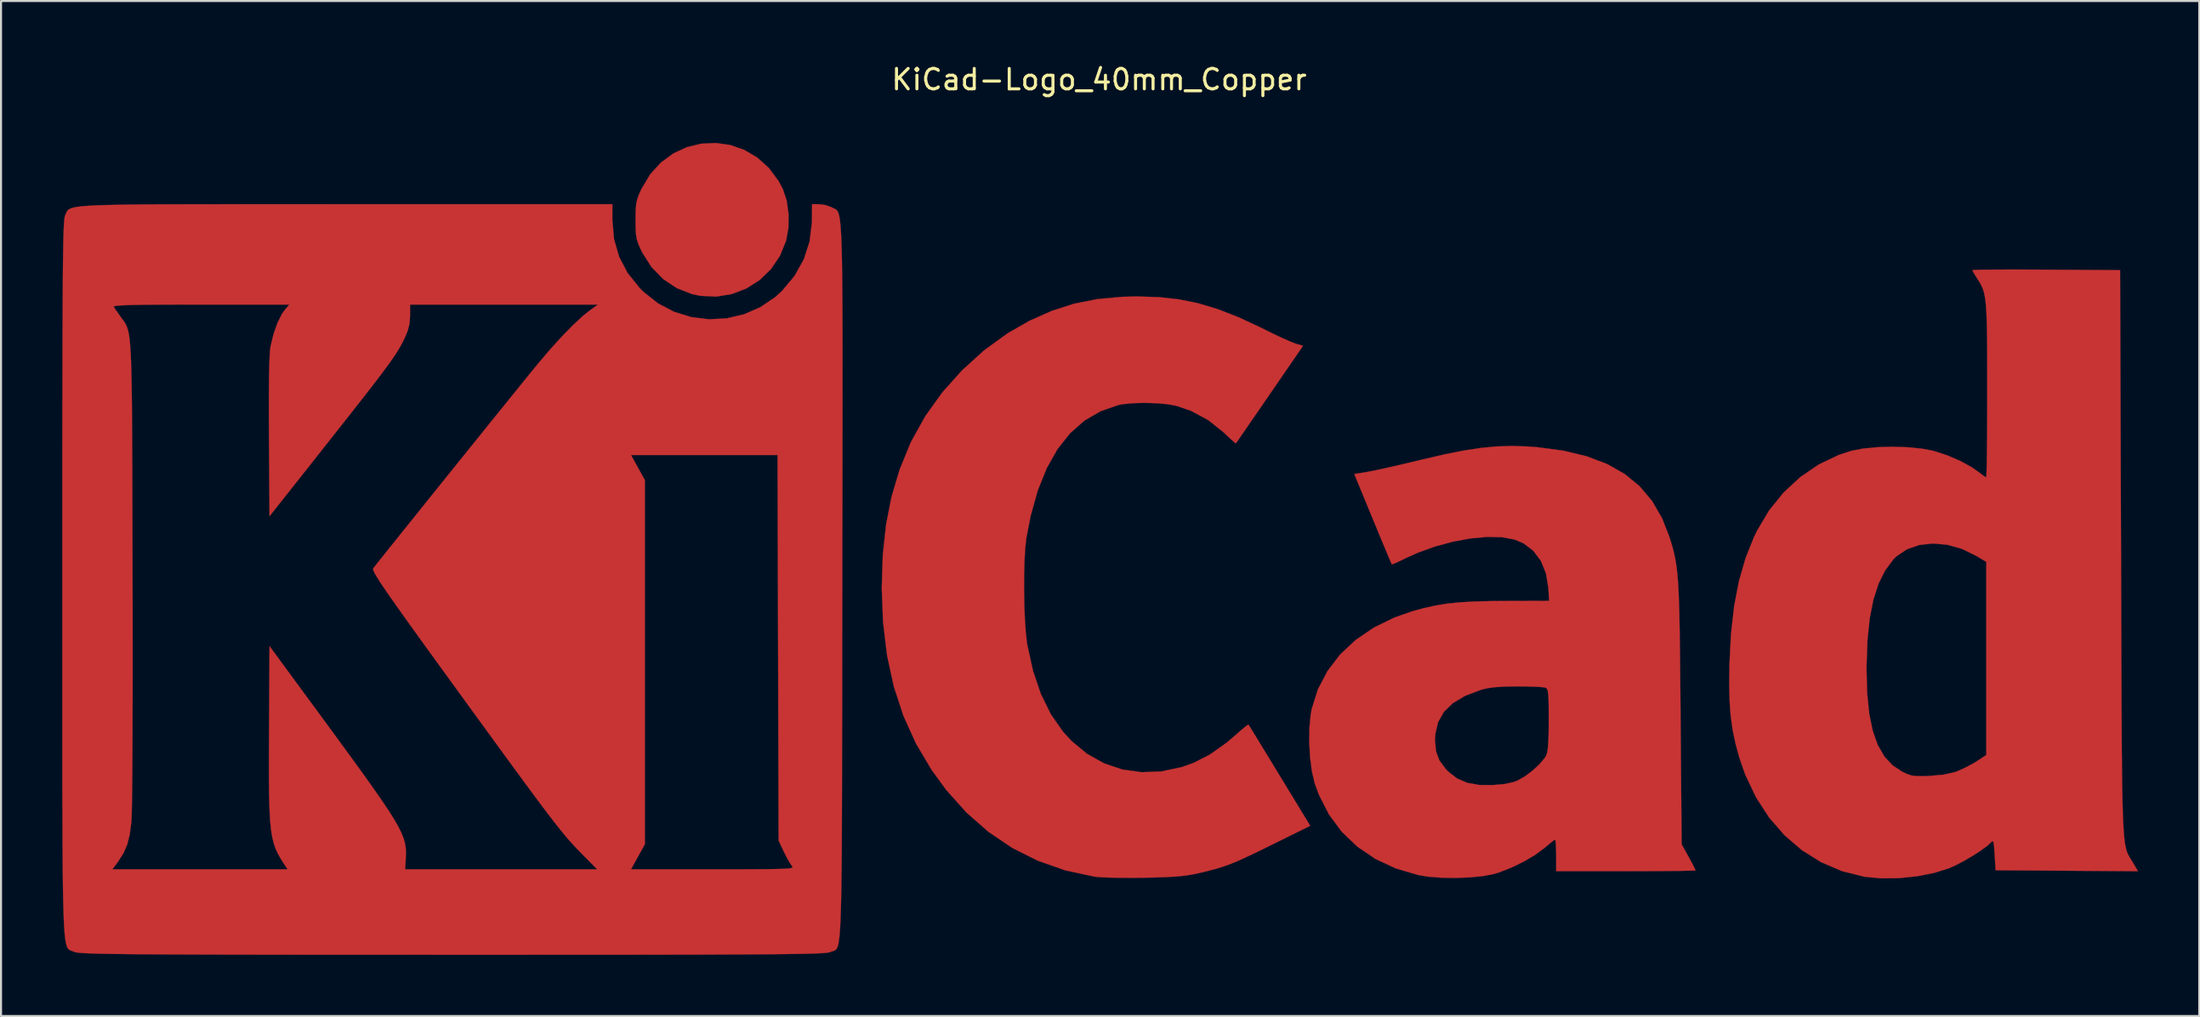
<source format=kicad_pcb>
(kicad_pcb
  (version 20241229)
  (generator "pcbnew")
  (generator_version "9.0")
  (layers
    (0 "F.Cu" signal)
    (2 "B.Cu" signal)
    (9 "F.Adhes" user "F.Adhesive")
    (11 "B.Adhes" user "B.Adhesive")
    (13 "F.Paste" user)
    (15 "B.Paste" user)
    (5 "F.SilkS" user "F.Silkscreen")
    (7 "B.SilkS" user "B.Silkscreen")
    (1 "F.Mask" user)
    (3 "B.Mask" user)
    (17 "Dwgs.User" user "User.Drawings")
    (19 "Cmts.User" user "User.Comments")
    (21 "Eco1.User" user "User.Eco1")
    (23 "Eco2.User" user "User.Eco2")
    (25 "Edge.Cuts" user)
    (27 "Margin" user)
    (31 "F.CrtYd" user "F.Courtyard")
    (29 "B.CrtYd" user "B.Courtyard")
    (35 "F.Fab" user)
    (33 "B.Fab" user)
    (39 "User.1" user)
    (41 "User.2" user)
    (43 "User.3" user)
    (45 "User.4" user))
  (footprint "KiCad-Logo_40mm_Copper"
    (layer "F.Cu")
    (at 50.806 23.708)
    (property "Reference" "KiCad-Logo_40mm_Copper" (at 0 -22.86 0) (layer "F.SilkS") (effects (font (size 1 1) (thickness 0.15))))
    (attr exclude_from_pos_files exclude_from_bom allow_missing_courtyard)
    (fp_poly (pts (xy -18.076 -19.651) (xy -17.392 -19.413) (xy -16.756 -19.04) (xy -16.187 -18.531) (xy -15.708 -17.886) (xy -15.493 -17.48) (xy -15.306 -16.911) (xy -15.216 -16.254) (xy -15.226 -15.579) (xy -15.337 -14.968) (xy -15.641 -14.22) (xy -16.081 -13.572) (xy -16.635 -13.035) (xy -17.282 -12.624) (xy -17.998 -12.349) (xy -18.761 -12.225) (xy -19.549 -12.263) (xy -19.938 -12.345) (xy -20.695 -12.64) (xy -21.367 -13.089) (xy -21.938 -13.679) (xy -22.393 -14.397) (xy -22.431 -14.475) (xy -22.564 -14.769) (xy -22.647 -15.017) (xy -22.693 -15.278) (xy -22.711 -15.613) (xy -22.714 -15.977) (xy -22.709 -16.415) (xy -22.686 -16.732) (xy -22.634 -16.987) (xy -22.541 -17.243) (xy -22.426 -17.496) (xy -21.998 -18.213) (xy -21.47 -18.793) (xy -20.864 -19.237) (xy -20.201 -19.545) (xy -19.501 -19.716) (xy -18.786 -19.751) (xy -18.076 -19.651)) (stroke (width 0.01) (type solid)) (fill yes) (layer "F.Cu"))
    (fp_poly (pts (xy 2.917 -12.197) (xy 3.899 -12.09) (xy 4.85 -11.898) (xy 5.809 -11.61) (xy 6.815 -11.218) (xy 7.907 -10.711) (xy 8.103 -10.613) (xy 8.554 -10.39) (xy 8.98 -10.19) (xy 9.338 -10.031) (xy 9.586 -9.933) (xy 9.624 -9.92) (xy 9.989 -9.811) (xy 8.354 -7.432) (xy 7.954 -6.85) (xy 7.588 -6.319) (xy 7.27 -5.856) (xy 7.01 -5.479) (xy 6.822 -5.207) (xy 6.718 -5.057) (xy 6.701 -5.033) (xy 6.632 -5.083) (xy 6.463 -5.232) (xy 6.223 -5.454) (xy 6.091 -5.58) (xy 5.343 -6.175) (xy 4.502 -6.627) (xy 3.778 -6.875) (xy 3.343 -6.953) (xy 2.799 -7) (xy 2.209 -7.016) (xy 1.638 -7) (xy 1.148 -6.951) (xy 0.953 -6.914) (xy 0.074 -6.611) (xy -0.719 -6.149) (xy -1.424 -5.528) (xy -2.041 -4.75) (xy -2.569 -3.815) (xy -3.008 -2.723) (xy -3.356 -1.477) (xy -3.564 -0.41) (xy -3.618 0.061) (xy -3.655 0.67) (xy -3.675 1.372) (xy -3.678 2.125) (xy -3.666 2.883) (xy -3.637 3.605) (xy -3.593 4.245) (xy -3.534 4.76) (xy -3.521 4.839) (xy -3.239 6.12) (xy -2.855 7.253) (xy -2.366 8.244) (xy -1.771 9.098) (xy -1.348 9.559) (xy -0.588 10.186) (xy 0.245 10.651) (xy 1.138 10.951) (xy 2.076 11.083) (xy 3.045 11.046) (xy 4.031 10.837) (xy 4.614 10.632) (xy 5.422 10.221) (xy 6.253 9.633) (xy 6.719 9.235) (xy 6.981 9.004) (xy 7.187 8.835) (xy 7.304 8.754) (xy 7.318 8.751) (xy 7.37 8.835) (xy 7.506 9.054) (xy 7.713 9.392) (xy 7.979 9.829) (xy 8.295 10.346) (xy 8.647 10.924) (xy 8.843 11.246) (xy 10.342 13.707) (xy 8.471 14.632) (xy 7.795 14.964) (xy 7.247 15.226) (xy 6.794 15.43) (xy 6.402 15.591) (xy 6.039 15.72) (xy 5.67 15.831) (xy 5.262 15.937) (xy 4.871 16.03) (xy 4.523 16.102) (xy 4.159 16.156) (xy 3.744 16.196) (xy 3.239 16.224) (xy 2.609 16.244) (xy 2.185 16.252) (xy 1.579 16.258) (xy 0.999 16.255) (xy 0.481 16.245) (xy 0.066 16.227) (xy -0.209 16.202) (xy -0.226 16.2) (xy -1.656 15.891) (xy -2.999 15.421) (xy -4.254 14.793) (xy -5.421 14.005) (xy -6.499 13.058) (xy -7.489 11.953) (xy -8.206 10.97) (xy -8.969 9.684) (xy -9.585 8.326) (xy -10.059 6.885) (xy -10.392 5.35) (xy -10.588 3.711) (xy -10.65 2.046) (xy -10.599 0.435) (xy -10.439 -1.051) (xy -10.166 -2.437) (xy -9.774 -3.749) (xy -9.257 -5.012) (xy -9.196 -5.142) (xy -8.516 -6.365) (xy -7.682 -7.529) (xy -6.716 -8.609) (xy -5.643 -9.582) (xy -4.485 -10.424) (xy -3.407 -11.041) (xy -2.317 -11.524) (xy -1.225 -11.875) (xy -0.089 -12.101) (xy 1.135 -12.213) (xy 1.866 -12.23) (xy 2.917 -12.197)) (stroke (width 0.01) (type solid)) (fill yes) (layer "F.Cu"))
    (fp_poly (pts (xy 45.37 -13.548) (xy 46.144 -13.545) (xy 46.407 -13.543) (xy 50.026 -13.519) (xy 50.072 0.364) (xy 50.078 2.247) (xy 50.083 3.956) (xy 50.088 5.501) (xy 50.093 6.891) (xy 50.098 8.133) (xy 50.104 9.238) (xy 50.111 10.214) (xy 50.12 11.07) (xy 50.13 11.814) (xy 50.142 12.456) (xy 50.157 13.005) (xy 50.174 13.468) (xy 50.195 13.855) (xy 50.219 14.176) (xy 50.246 14.438) (xy 50.278 14.651) (xy 50.314 14.823) (xy 50.355 14.963) (xy 50.401 15.08) (xy 50.453 15.184) (xy 50.511 15.282) (xy 50.574 15.384) (xy 50.644 15.498) (xy 50.659 15.522) (xy 50.9 15.934) (xy 43.927 15.886) (xy 43.881 15.12) (xy 43.856 14.753) (xy 43.83 14.54) (xy 43.795 14.456) (xy 43.743 14.473) (xy 43.699 14.522) (xy 43.507 14.699) (xy 43.195 14.926) (xy 42.806 15.177) (xy 42.384 15.424) (xy 41.974 15.64) (xy 41.659 15.782) (xy 40.921 16.015) (xy 40.074 16.181) (xy 39.181 16.272) (xy 38.304 16.282) (xy 37.506 16.205) (xy 37.493 16.203) (xy 36.401 15.929) (xy 35.379 15.492) (xy 34.436 14.903) (xy 33.583 14.169) (xy 32.829 13.301) (xy 32.185 12.308) (xy 31.659 11.2) (xy 31.373 10.378) (xy 31.185 9.691) (xy 31.045 9.026) (xy 30.949 8.342) (xy 30.894 7.599) (xy 30.875 6.757) (xy 30.883 6.069) (xy 37.601 6.069) (xy 37.633 7.222) (xy 37.733 8.215) (xy 37.905 9.055) (xy 38.152 9.752) (xy 38.476 10.314) (xy 38.881 10.75) (xy 39.348 11.058) (xy 39.592 11.173) (xy 39.803 11.242) (xy 40.038 11.274) (xy 40.354 11.276) (xy 40.695 11.264) (xy 41.364 11.205) (xy 41.894 11.089) (xy 42.06 11.031) (xy 42.44 10.86) (xy 42.841 10.645) (xy 43.016 10.538) (xy 43.471 10.239) (xy 43.471 0.776) (xy 42.971 0.476) (xy 42.272 0.136) (xy 41.559 -0.064) (xy 40.856 -0.127) (xy 40.191 -0.054) (xy 39.589 0.154) (xy 39.075 0.496) (xy 38.91 0.66) (xy 38.511 1.197) (xy 38.188 1.848) (xy 37.938 2.623) (xy 37.759 3.534) (xy 37.648 4.591) (xy 37.603 5.807) (xy 37.601 6.069) (xy 30.883 6.069) (xy 30.887 5.783) (xy 30.964 4.284) (xy 31.118 2.932) (xy 31.354 1.708) (xy 31.676 0.59) (xy 32.087 -0.439) (xy 32.234 -0.744) (xy 32.825 -1.739) (xy 33.54 -2.623) (xy 34.361 -3.383) (xy 35.272 -4.002) (xy 36.255 -4.469) (xy 36.845 -4.661) (xy 37.424 -4.775) (xy 38.121 -4.843) (xy 38.877 -4.865) (xy 39.634 -4.84) (xy 40.333 -4.77) (xy 40.895 -4.659) (xy 41.563 -4.442) (xy 42.211 -4.162) (xy 42.777 -3.849) (xy 43.079 -3.636) (xy 43.287 -3.478) (xy 43.433 -3.382) (xy 43.466 -3.368) (xy 43.476 -3.457) (xy 43.486 -3.709) (xy 43.495 -4.108) (xy 43.502 -4.635) (xy 43.508 -5.273) (xy 43.513 -6.005) (xy 43.516 -6.811) (xy 43.517 -7.633) (xy 43.516 -8.685) (xy 43.514 -9.572) (xy 43.507 -10.311) (xy 43.496 -10.919) (xy 43.478 -11.413) (xy 43.452 -11.809) (xy 43.416 -12.125) (xy 43.369 -12.378) (xy 43.308 -12.584) (xy 43.234 -12.762) (xy 43.144 -12.926) (xy 43.036 -13.096) (xy 43.022 -13.117) (xy 42.884 -13.336) (xy 42.8 -13.487) (xy 42.789 -13.518) (xy 42.876 -13.528) (xy 43.127 -13.537) (xy 43.521 -13.543) (xy 44.039 -13.547) (xy 44.662 -13.549) (xy 45.37 -13.548)) (stroke (width 0.01) (type solid)) (fill yes) (layer "F.Cu"))
    (fp_poly (pts (xy 21.003 -4.879) (xy 21.454 -4.845) (xy 22.745 -4.673) (xy 23.888 -4.399) (xy 24.889 -4.019) (xy 25.753 -3.53) (xy 26.486 -2.927) (xy 27.094 -2.207) (xy 27.583 -1.365) (xy 27.939 -0.455) (xy 28.03 -0.165) (xy 28.109 0.107) (xy 28.177 0.375) (xy 28.235 0.654) (xy 28.284 0.958) (xy 28.325 1.303) (xy 28.36 1.702) (xy 28.388 2.171) (xy 28.411 2.723) (xy 28.43 3.374) (xy 28.445 4.139) (xy 28.458 5.031) (xy 28.469 6.066) (xy 28.48 7.259) (xy 28.488 8.194) (xy 28.541 14.612) (xy 28.882 15.229) (xy 29.044 15.527) (xy 29.164 15.758) (xy 29.222 15.881) (xy 29.224 15.89) (xy 29.136 15.899) (xy 28.886 15.908) (xy 28.494 15.916) (xy 27.979 15.922) (xy 27.362 15.927) (xy 26.663 15.931) (xy 25.901 15.932) (xy 25.81 15.932) (xy 22.396 15.932) (xy 22.396 15.158) (xy 22.39 14.808) (xy 22.374 14.541) (xy 22.352 14.398) (xy 22.342 14.384) (xy 22.252 14.44) (xy 22.066 14.586) (xy 21.824 14.791) (xy 21.819 14.795) (xy 21.378 15.124) (xy 20.82 15.454) (xy 20.21 15.752) (xy 19.61 15.988) (xy 19.346 16.068) (xy 18.82 16.17) (xy 18.175 16.235) (xy 17.469 16.263) (xy 16.762 16.251) (xy 16.113 16.2) (xy 15.659 16.126) (xy 14.545 15.799) (xy 13.542 15.333) (xy 12.657 14.733) (xy 11.896 14.006) (xy 11.265 13.158) (xy 10.772 12.193) (xy 10.559 11.608) (xy 10.426 11.039) (xy 10.338 10.356) (xy 10.297 9.622) (xy 10.298 9.515) (xy 16.455 9.515) (xy 16.506 10.06) (xy 16.676 10.513) (xy 16.991 10.934) (xy 17.111 11.057) (xy 17.54 11.391) (xy 18.036 11.604) (xy 18.63 11.708) (xy 19.256 11.715) (xy 19.849 11.665) (xy 20.304 11.567) (xy 20.501 11.493) (xy 20.857 11.292) (xy 21.233 11.009) (xy 21.577 10.691) (xy 21.834 10.386) (xy 21.902 10.274) (xy 21.955 10.117) (xy 21.993 9.868) (xy 22.017 9.502) (xy 22.029 8.996) (xy 22.032 8.514) (xy 22.03 7.952) (xy 22.023 7.546) (xy 22.008 7.269) (xy 21.983 7.094) (xy 21.944 6.996) (xy 21.889 6.947) (xy 21.872 6.939) (xy 21.725 6.915) (xy 21.435 6.895) (xy 21.042 6.882) (xy 20.583 6.876) (xy 20.484 6.876) (xy 19.871 6.886) (xy 19.398 6.915) (xy 19.022 6.967) (xy 18.711 7.044) (xy 17.941 7.335) (xy 17.337 7.693) (xy 16.893 8.124) (xy 16.606 8.633) (xy 16.469 9.227) (xy 16.455 9.515) (xy 10.298 9.515) (xy 10.306 8.899) (xy 10.368 8.252) (xy 10.416 7.991) (xy 10.722 7.02) (xy 11.189 6.127) (xy 11.806 5.32) (xy 12.565 4.607) (xy 13.458 3.998) (xy 14.475 3.501) (xy 15.34 3.199) (xy 15.918 3.04) (xy 16.471 2.917) (xy 17.034 2.825) (xy 17.644 2.761) (xy 18.337 2.72) (xy 19.147 2.698) (xy 19.88 2.692) (xy 22.052 2.686) (xy 22.01 2.033) (xy 21.892 1.324) (xy 21.641 0.715) (xy 21.267 0.221) (xy 20.781 -0.143) (xy 20.354 -0.321) (xy 19.741 -0.433) (xy 19.011 -0.449) (xy 18.199 -0.375) (xy 17.339 -0.217) (xy 16.465 0.019) (xy 15.61 0.327) (xy 14.989 0.609) (xy 14.691 0.754) (xy 14.463 0.855) (xy 14.347 0.895) (xy 14.341 0.893) (xy 14.301 0.805) (xy 14.201 0.571) (xy 14.051 0.213) (xy 13.859 -0.246) (xy 13.636 -0.784) (xy 13.409 -1.332) (xy 12.503 -3.529) (xy 13.148 -3.635) (xy 13.427 -3.688) (xy 13.847 -3.777) (xy 14.372 -3.894) (xy 14.965 -4.032) (xy 15.592 -4.181) (xy 15.841 -4.241) (xy 16.919 -4.491) (xy 17.864 -4.679) (xy 18.709 -4.808) (xy 19.491 -4.881) (xy 20.243 -4.904) (xy 21.003 -4.879)) (stroke (width 0.01) (type solid)) (fill yes) (layer "F.Cu"))
    (fp_poly (pts (xy -39.491 -16.752) (xy -37.737 -16.751) (xy -36.921 -16.751) (xy -23.852 -16.751) (xy -23.852 -15.981) (xy -23.77 -15.043) (xy -23.522 -14.179) (xy -23.106 -13.382) (xy -22.519 -12.648) (xy -22.32 -12.449) (xy -21.606 -11.887) (xy -20.819 -11.476) (xy -19.982 -11.218) (xy -19.118 -11.112) (xy -18.251 -11.157) (xy -17.405 -11.354) (xy -16.602 -11.703) (xy -15.866 -12.202) (xy -15.535 -12.503) (xy -14.919 -13.242) (xy -14.468 -14.054) (xy -14.184 -14.931) (xy -14.073 -15.863) (xy -14.071 -15.955) (xy -14.066 -16.751) (xy -13.715 -16.751) (xy -13.405 -16.709) (xy -13.121 -16.607) (xy -13.102 -16.596) (xy -13.038 -16.563) (xy -12.98 -16.537) (xy -12.926 -16.511) (xy -12.877 -16.477) (xy -12.832 -16.428) (xy -12.792 -16.356) (xy -12.756 -16.254) (xy -12.724 -16.114) (xy -12.696 -15.928) (xy -12.672 -15.689) (xy -12.65 -15.39) (xy -12.632 -15.023) (xy -12.617 -14.58) (xy -12.604 -14.054) (xy -12.594 -13.438) (xy -12.586 -12.723) (xy -12.58 -11.902) (xy -12.576 -10.968) (xy -12.574 -9.913) (xy -12.573 -8.73) (xy -12.573 -7.411) (xy -12.575 -5.948) (xy -12.577 -4.335) (xy -12.579 -2.562) (xy -12.582 -0.624) (xy -12.585 1.488) (xy -12.585 1.745) (xy -12.588 3.871) (xy -12.59 5.822) (xy -12.592 7.606) (xy -12.595 9.23) (xy -12.597 10.703) (xy -12.6 12.031) (xy -12.604 13.223) (xy -12.609 14.285) (xy -12.615 15.225) (xy -12.623 16.051) (xy -12.632 16.77) (xy -12.644 17.391) (xy -12.658 17.919) (xy -12.674 18.364) (xy -12.693 18.732) (xy -12.715 19.031) (xy -12.74 19.268) (xy -12.769 19.452) (xy -12.801 19.589) (xy -12.838 19.688) (xy -12.878 19.755) (xy -12.923 19.798) (xy -12.973 19.825) (xy -13.027 19.844) (xy -13.087 19.861) (xy -13.152 19.885) (xy -13.168 19.892) (xy -13.218 19.908) (xy -13.302 19.923) (xy -13.426 19.937) (xy -13.599 19.949) (xy -13.828 19.961) (xy -14.12 19.971) (xy -14.481 19.98) (xy -14.921 19.988) (xy -15.445 19.995) (xy -16.061 20.001) (xy -16.777 20.007) (xy -17.599 20.011) (xy -18.536 20.015) (xy -19.594 20.019) (xy -20.78 20.021) (xy -22.103 20.023) (xy -23.569 20.025) (xy -25.185 20.026) (xy -26.96 20.026) (xy -28.899 20.027) (xy -31.011 20.027) (xy -31.695 20.027) (xy -33.854 20.026) (xy -35.839 20.026) (xy -37.656 20.025) (xy -39.313 20.024) (xy -40.818 20.022) (xy -42.177 20.02) (xy -43.399 20.018) (xy -44.491 20.014) (xy -45.459 20.011) (xy -46.312 20.006) (xy -47.057 20.001) (xy -47.701 19.995) (xy -48.252 19.988) (xy -48.717 19.981) (xy -49.103 19.972) (xy -49.419 19.962) (xy -49.67 19.951) (xy -49.865 19.94) (xy -50.011 19.926) (xy -50.116 19.912) (xy -50.186 19.896) (xy -50.225 19.882) (xy -50.293 19.853) (xy -50.355 19.832) (xy -50.413 19.811) (xy -50.465 19.782) (xy -50.512 19.738) (xy -50.555 19.672) (xy -50.593 19.576) (xy -50.627 19.442) (xy -50.657 19.262) (xy -50.684 19.031) (xy -50.707 18.739) (xy -50.726 18.379) (xy -50.743 17.944) (xy -50.757 17.426) (xy -50.769 16.818) (xy -50.778 16.112) (xy -50.781 15.841) (xy -48.351 15.841) (xy -39.763 15.841) (xy -39.929 15.591) (xy -40.093 15.333) (xy -40.232 15.088) (xy -40.348 14.838) (xy -40.443 14.567) (xy -40.518 14.255) (xy -40.577 13.888) (xy -40.62 13.447) (xy -40.649 12.916) (xy -40.668 12.277) (xy -40.677 11.513) (xy -40.679 10.607) (xy -40.675 9.542) (xy -40.673 9.146) (xy -40.649 4.907) (xy -37.963 8.563) (xy -37.203 9.601) (xy -36.543 10.504) (xy -35.979 11.285) (xy -35.502 11.956) (xy -35.105 12.529) (xy -34.781 13.015) (xy -34.523 13.428) (xy -34.325 13.778) (xy -34.178 14.078) (xy -34.076 14.34) (xy -34.011 14.575) (xy -33.977 14.796) (xy -33.967 15.014) (xy -33.972 15.242) (xy -33.974 15.271) (xy -34.003 15.841) (xy -29.297 15.841) (xy -24.592 15.841) (xy -25.292 15.135) (xy -25.482 14.942) (xy -25.662 14.754) (xy -25.84 14.561) (xy -26.025 14.353) (xy -26.223 14.118) (xy -26.443 13.848) (xy -26.693 13.53) (xy -26.981 13.156) (xy -27.315 12.715) (xy -27.702 12.195) (xy -28.15 11.588) (xy -28.668 10.883) (xy -29.262 10.068) (xy -29.942 9.135) (xy -30.716 8.072) (xy -31.349 7.2) (xy -32.145 6.104) (xy -32.838 5.147) (xy -33.437 4.317) (xy -33.947 3.608) (xy -34.373 3.008) (xy -34.724 2.51) (xy -35.005 2.104) (xy -35.221 1.781) (xy -35.38 1.532) (xy -35.488 1.348) (xy -35.551 1.22) (xy -35.576 1.139) (xy -35.568 1.096) (xy -35.48 0.982) (xy -35.288 0.74) (xy -35.006 0.386) (xy -34.643 -0.067) (xy -34.213 -0.604) (xy -33.725 -1.211) (xy -33.193 -1.874) (xy -32.627 -2.578) (xy -32.039 -3.309) (xy -31.441 -4.052) (xy -31.111 -4.461) (xy -22.938 -4.461) (xy -22.599 -3.846) (xy -22.259 -3.232) (xy -22.259 14.612) (xy -22.599 15.226) (xy -22.938 15.841) (xy -18.92 15.841) (xy -17.961 15.841) (xy -17.169 15.839) (xy -16.528 15.836) (xy -16.024 15.831) (xy -15.642 15.823) (xy -15.366 15.812) (xy -15.181 15.796) (xy -15.071 15.776) (xy -15.023 15.75) (xy -15.021 15.718) (xy -15.048 15.679) (xy -15.049 15.679) (xy -15.163 15.513) (xy -15.315 15.243) (xy -15.45 14.974) (xy -15.704 14.43) (xy -15.73 4.984) (xy -15.756 -4.461) (xy -22.938 -4.461) (xy -31.111 -4.461) (xy -30.843 -4.794) (xy -30.258 -5.519) (xy -29.698 -6.215) (xy -29.173 -6.865) (xy -28.695 -7.456) (xy -28.276 -7.974) (xy -27.928 -8.403) (xy -27.661 -8.731) (xy -27.505 -8.922) (xy -26.897 -9.636) (xy -26.312 -10.281) (xy -25.77 -10.834) (xy -25.293 -11.276) (xy -24.954 -11.547) (xy -24.553 -11.835) (xy -33.766 -11.835) (xy -33.764 -11.295) (xy -33.789 -10.897) (xy -33.886 -10.529) (xy -34.036 -10.179) (xy -34.133 -9.982) (xy -34.238 -9.786) (xy -34.36 -9.58) (xy -34.508 -9.349) (xy -34.692 -9.081) (xy -34.922 -8.763) (xy -35.206 -8.382) (xy -35.556 -7.924) (xy -35.98 -7.378) (xy -36.488 -6.729) (xy -37.089 -5.966) (xy -37.793 -5.075) (xy -37.872 -4.974) (xy -40.649 -1.463) (xy -40.676 -5.352) (xy -40.681 -6.516) (xy -40.68 -7.503) (xy -40.672 -8.313) (xy -40.658 -8.952) (xy -40.637 -9.421) (xy -40.609 -9.725) (xy -40.599 -9.783) (xy -40.452 -10.39) (xy -40.259 -10.937) (xy -40.038 -11.377) (xy -39.906 -11.563) (xy -39.677 -11.835) (xy -44.015 -11.835) (xy -45.05 -11.834) (xy -45.915 -11.831) (xy -46.623 -11.826) (xy -47.188 -11.818) (xy -47.62 -11.807) (xy -47.934 -11.793) (xy -48.141 -11.775) (xy -48.254 -11.753) (xy -48.286 -11.727) (xy -48.284 -11.721) (xy -48.192 -11.583) (xy -48.039 -11.363) (xy -47.959 -11.251) (xy -47.877 -11.14) (xy -47.803 -11.041) (xy -47.737 -10.944) (xy -47.679 -10.838) (xy -47.627 -10.716) (xy -47.582 -10.566) (xy -47.542 -10.378) (xy -47.509 -10.144) (xy -47.48 -9.854) (xy -47.456 -9.497) (xy -47.436 -9.063) (xy -47.42 -8.544) (xy -47.407 -7.929) (xy -47.396 -7.208) (xy -47.388 -6.372) (xy -47.382 -5.411) (xy -47.377 -4.315) (xy -47.373 -3.075) (xy -47.369 -1.68) (xy -47.365 -0.121) (xy -47.362 1.311) (xy -47.358 2.908) (xy -47.357 4.431) (xy -47.356 5.872) (xy -47.358 7.219) (xy -47.361 8.464) (xy -47.365 9.597) (xy -47.37 10.608) (xy -47.377 11.487) (xy -47.385 12.225) (xy -47.395 12.812) (xy -47.405 13.238) (xy -47.417 13.493) (xy -47.419 13.52) (xy -47.5 14.139) (xy -47.625 14.635) (xy -47.817 15.069) (xy -48.095 15.498) (xy -48.129 15.545) (xy -48.351 15.841) (xy -50.781 15.841) (xy -50.786 15.3) (xy -50.791 14.376) (xy -50.795 13.332) (xy -50.798 12.159) (xy -50.8 10.851) (xy -50.801 9.4) (xy -50.801 7.798) (xy -50.801 6.038) (xy -50.8 4.113) (xy -50.8 2.014) (xy -50.8 1.598) (xy -50.8 -0.523) (xy -50.799 -2.469) (xy -50.799 -4.248) (xy -50.798 -5.867) (xy -50.796 -7.334) (xy -50.794 -8.656) (xy -50.791 -9.841) (xy -50.788 -10.897) (xy -50.784 -11.83) (xy -50.779 -12.648) (xy -50.774 -13.359) (xy -50.768 -13.97) (xy -50.76 -14.488) (xy -50.752 -14.922) (xy -50.743 -15.278) (xy -50.733 -15.564) (xy -50.721 -15.788) (xy -50.708 -15.956) (xy -50.694 -16.077) (xy -50.679 -16.158) (xy -50.663 -16.207) (xy -50.662 -16.208) (xy -50.628 -16.282) (xy -50.599 -16.349) (xy -50.567 -16.409) (xy -50.524 -16.463) (xy -50.46 -16.511) (xy -50.367 -16.553) (xy -50.236 -16.59) (xy -50.057 -16.623) (xy -49.824 -16.65) (xy -49.525 -16.674) (xy -49.154 -16.693) (xy -48.701 -16.709) (xy -48.157 -16.722) (xy -47.514 -16.732) (xy -46.762 -16.739) (xy -45.894 -16.745) (xy -44.9 -16.748) (xy -43.771 -16.75) (xy -42.5 -16.751) (xy -41.076 -16.752) (xy -39.491 -16.752)) (stroke (width 0.01) (type solid)) (fill yes) (layer "F.Cu")))
  (gr_rect
    (start -3 -3)
    (end 104.711 46.74)
    (stroke (width 0.1) (type default))
    (fill no)
    (layer "Edge.Cuts")))
</source>
